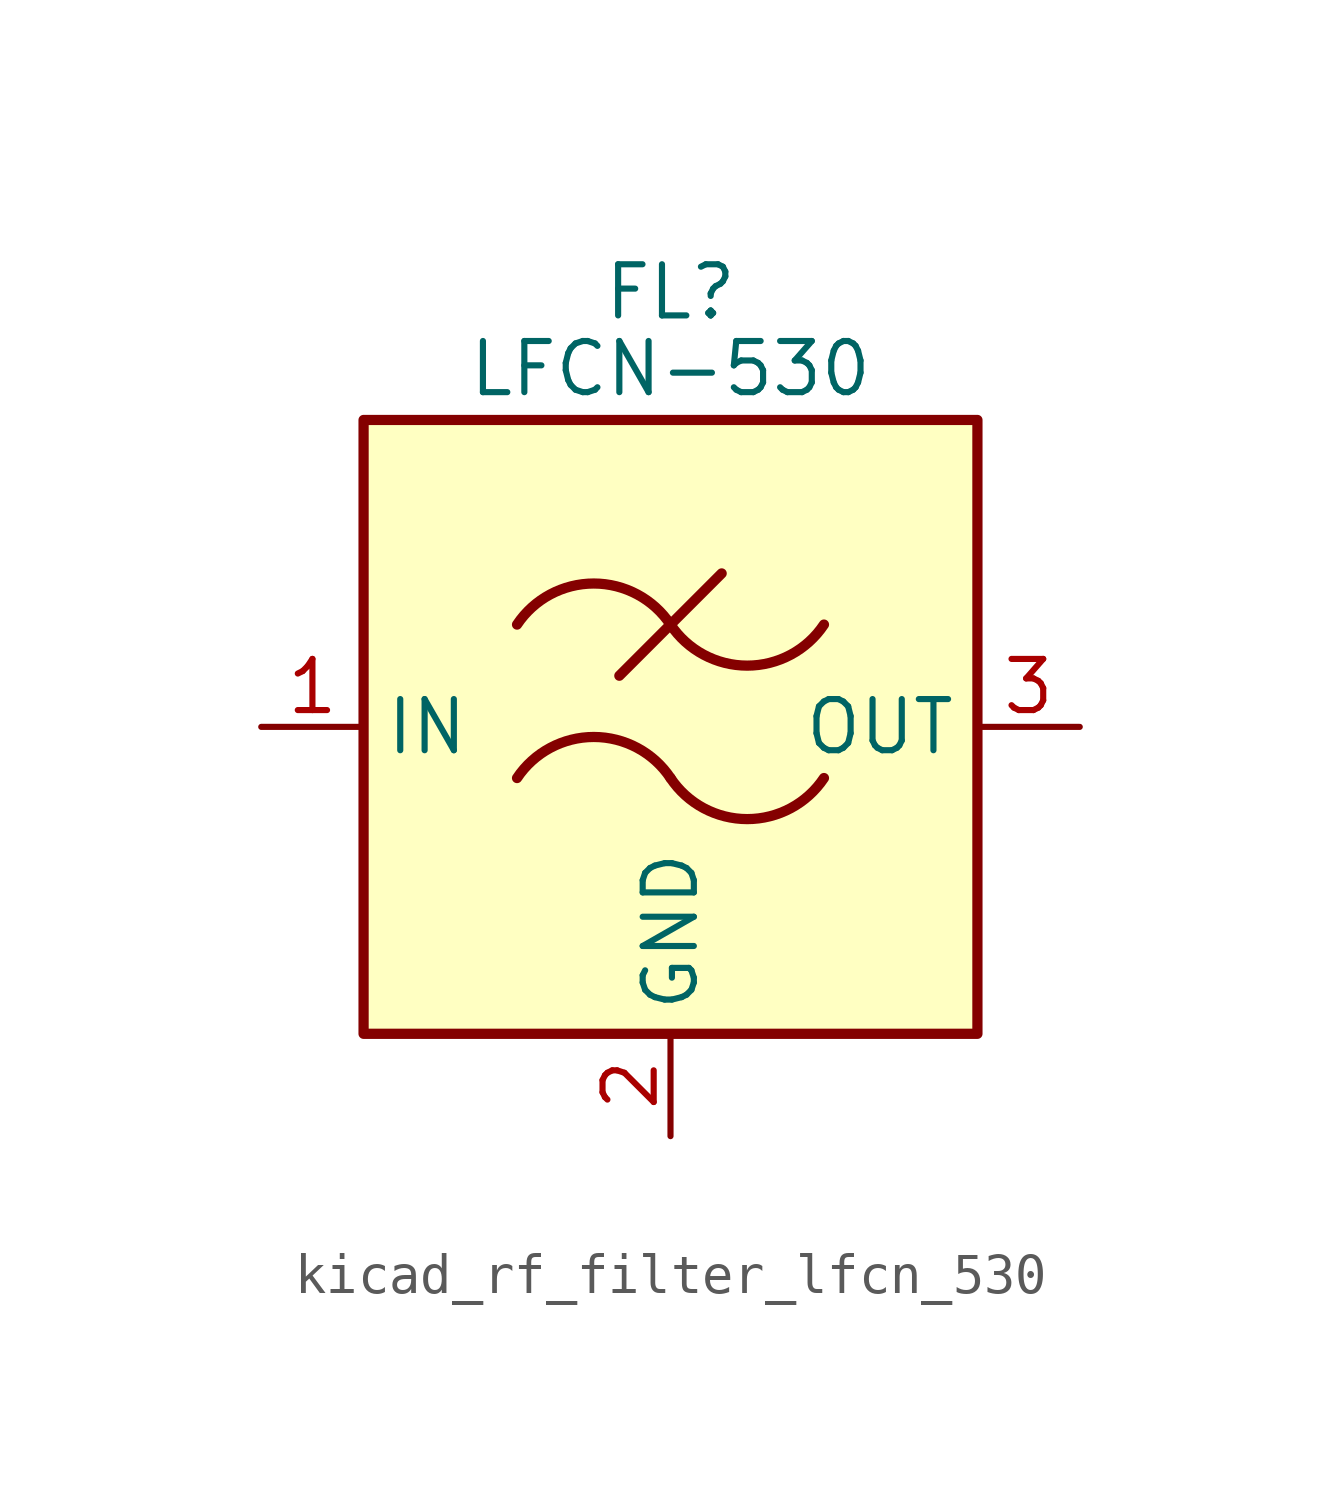
<source format=kicad_sym>
(kicad_symbol_lib
  (version 20220914)
  (generator kicad_symbol_editor)
  (symbol "kicad_rf_filter_lfcn_530"
    (property "Reference" "FL"
      (at 0 10.795 0)
      (effects (font (size 1.27 1.27))))
    (property "Value" "LFCN-530"
      (at 0 8.89 0)
      (effects (font (size 1.27 1.27))))
    (symbol "kicad_rf_filter_lfcn_530_0_1"
      (rectangle (start -7.62 7.62) (end 7.62 -7.62) (stroke (width 0.254) (type default)) (fill (type background)))
      (arc (start 0 -1.27) (mid -1.905 -0.2505) (end -3.81 -1.27) (stroke (width 0.254) (type default)) (fill (type none)))
      (arc (start 0 -1.27) (mid 1.905 -2.2895) (end 3.81 -1.27) (stroke (width 0.254) (type default)) (fill (type none)))
      (polyline (pts (xy -1.27 1.27) (xy 1.27 3.81)) (stroke (width 0.254) (type default)) (fill (type none)))
      (arc (start 0 2.54) (mid -1.905 3.5595) (end -3.81 2.54) (stroke (width 0.254) (type default)) (fill (type none)))
      (arc (start 0 2.54) (mid 1.905 1.5205) (end 3.81 2.54) (stroke (width 0.254) (type default)) (fill (type none))))
    (symbol "kicad_rf_filter_lfcn_530_1_1"
      (pin passive line (at -10.16 0 0) (length 2.54) (name "IN" (effects (font (size 1.27 1.27)))) (number "1" (effects (font (size 1.27 1.27)))))
      (pin passive line (at 0 -10.16 90) (length 2.54) (name "GND" (effects (font (size 1.27 1.27)))) (number "2" (effects (font (size 1.27 1.27)))))
      (pin passive line (at 10.16 0 180) (length 2.54) (name "OUT" (effects (font (size 1.27 1.27)))) (number "3" (effects (font (size 1.27 1.27)))))
      (pin passive line (at 0 -10.16 90) (length 2.54) hide (name "GND" (effects (font (size 1.27 1.27)))) (number "4" (effects (font (size 1.27 1.27))))))))
</source>
